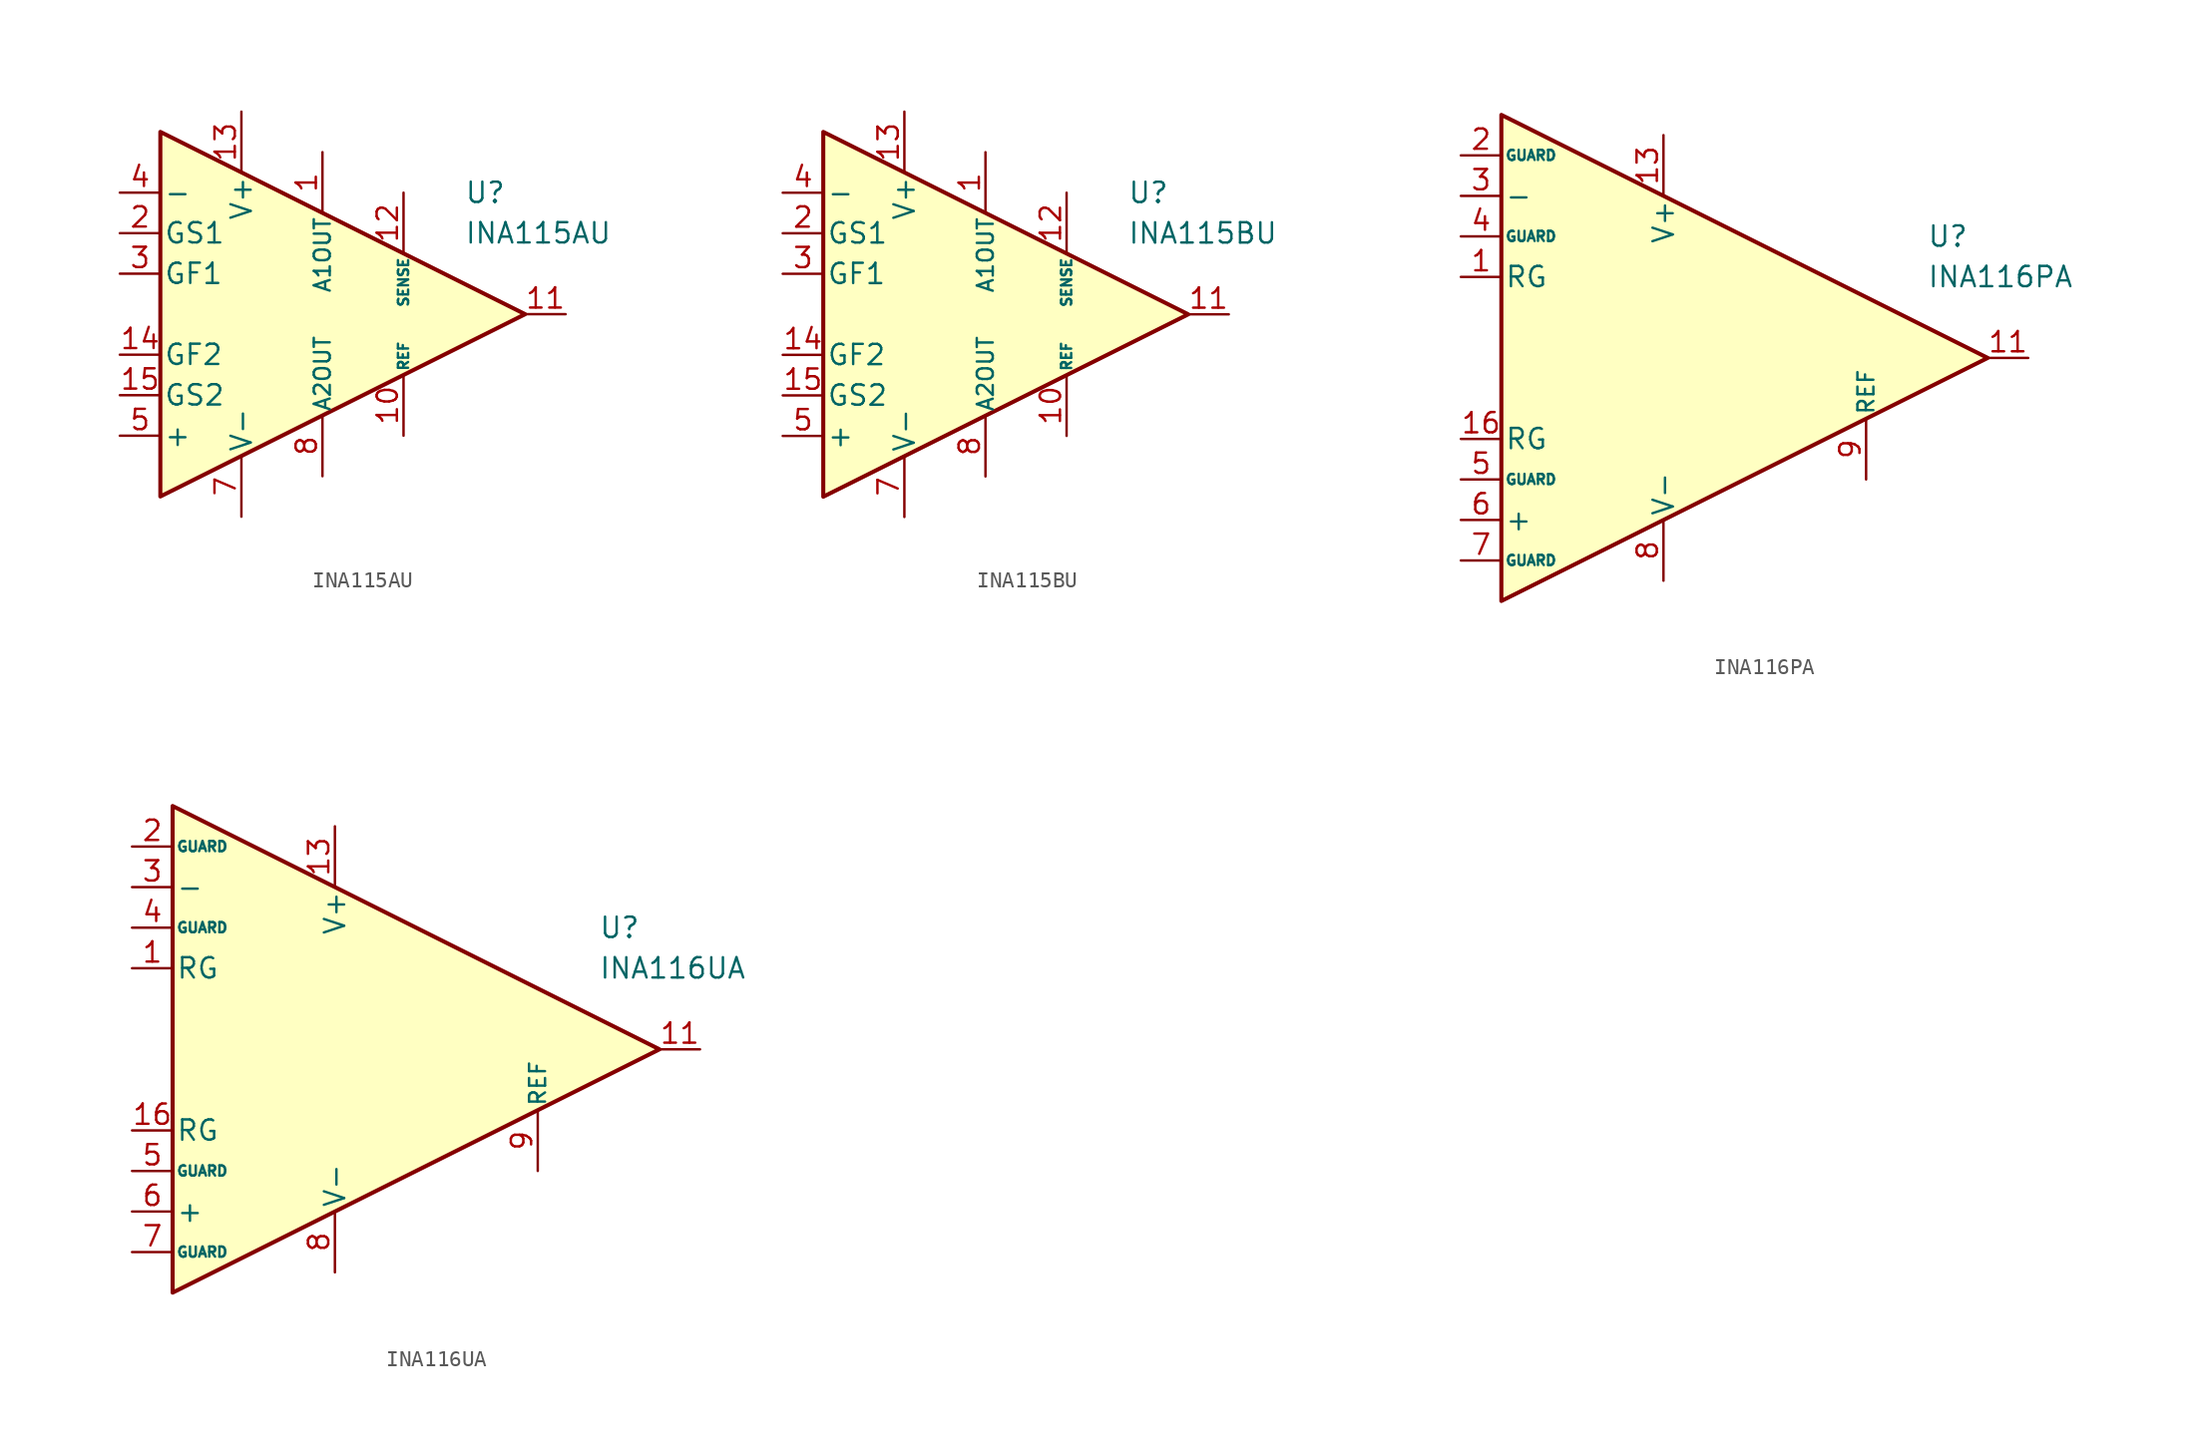
<source format=kicad_sym>
(kicad_symbol_lib
  (version 20231120)
  (generator "kicad_symbol_editor")
  (generator_version "8.0")
  (symbol "INA115AU"
    (pin_names
      (offset 0.2))
    (property "Reference" "U"
      (at 10.16 7.62 0)
      (effects (font (size 1.27 1.27)) (justify left)))
    (property "Value" "INA115AU"
      (at 10.16 5.08 0)
      (effects (font (size 1.27 1.27)) (justify left)))
    (symbol "INA115AU_0_1"
      (polyline (pts (xy -8.89 11.43) (xy -8.89 -11.43) (xy 13.97 0) (xy -8.89 11.43)) (stroke (width 0.254) (type default)) (fill (type background))))
    (symbol "INA115AU_1_1"
      (pin passive line (at 1.27 10.16 270) (length 3.81) (name "A1OUT" (effects (font (size 1 1)))) (number "1" (effects (font (size 1.27 1.27)))))
      (pin input line (at 6.35 -7.62 90) (length 3.81) (name "REF" (effects (font (size 0.635 0.635)))) (number "10" (effects (font (size 1.27 1.27)))))
      (pin output line (at 16.51 0 180) (length 2.54) (name "~" (effects (font (size 1.27 1.27)))) (number "11" (effects (font (size 1.27 1.27)))))
      (pin input line (at 6.35 7.62 270) (length 3.81) (name "SENSE" (effects (font (size 0.635 0.635)))) (number "12" (effects (font (size 1.27 1.27)))))
      (pin power_in line (at -3.81 12.7 270) (length 3.81) (name "V+" (effects (font (size 1.27 1.27)))) (number "13" (effects (font (size 1.27 1.27)))))
      (pin passive line (at -11.43 -2.54 0) (length 2.54) (name "GF2" (effects (font (size 1.27 1.27)))) (number "14" (effects (font (size 1.27 1.27)))))
      (pin passive line (at -11.43 -5.08 0) (length 2.54) (name "GS2" (effects (font (size 1.27 1.27)))) (number "15" (effects (font (size 1.27 1.27)))))
      (pin free line (at -3.81 -2.54 0) (length 2.54) hide (name "NC" (effects (font (size 1.27 1.27)))) (number "16" (effects (font (size 1.27 1.27)))))
      (pin passive line (at -11.43 5.08 0) (length 2.54) (name "GS1" (effects (font (size 1.27 1.27)))) (number "2" (effects (font (size 1.27 1.27)))))
      (pin passive line (at -11.43 2.54 0) (length 2.54) (name "GF1" (effects (font (size 1.27 1.27)))) (number "3" (effects (font (size 1.27 1.27)))))
      (pin input line (at -11.43 7.62 0) (length 2.54) (name "-" (effects (font (size 1.27 1.27)))) (number "4" (effects (font (size 1.27 1.27)))))
      (pin input line (at -11.43 -7.62 0) (length 2.54) (name "+" (effects (font (size 1.27 1.27)))) (number "5" (effects (font (size 1.27 1.27)))))
      (pin free line (at -3.81 2.54 0) (length 2.54) hide (name "NC" (effects (font (size 1.27 1.27)))) (number "6" (effects (font (size 1.27 1.27)))))
      (pin power_in line (at -3.81 -12.7 90) (length 3.81) (name "V-" (effects (font (size 1.27 1.27)))) (number "7" (effects (font (size 1.27 1.27)))))
      (pin passive line (at 1.27 -10.16 90) (length 3.81) (name "A2OUT" (effects (font (size 1 1)))) (number "8" (effects (font (size 1.27 1.27)))))
      (pin free line (at -3.81 0 0) (length 2.54) hide (name "NC" (effects (font (size 1.27 1.27)))) (number "9" (effects (font (size 1.27 1.27)))))))
  (symbol "INA115BU"
    (pin_names
      (offset 0.2))
    (property "Reference" "U"
      (at 10.16 7.62 0)
      (effects (font (size 1.27 1.27)) (justify left)))
    (property "Value" "INA115BU"
      (at 10.16 5.08 0)
      (effects (font (size 1.27 1.27)) (justify left)))
    (symbol "INA115BU_0_1"
      (polyline (pts (xy -8.89 11.43) (xy -8.89 -11.43) (xy 13.97 0) (xy -8.89 11.43)) (stroke (width 0.254) (type default)) (fill (type background))))
    (symbol "INA115BU_1_1"
      (pin passive line (at 1.27 10.16 270) (length 3.81) (name "A1OUT" (effects (font (size 1 1)))) (number "1" (effects (font (size 1.27 1.27)))))
      (pin input line (at 6.35 -7.62 90) (length 3.81) (name "REF" (effects (font (size 0.635 0.635)))) (number "10" (effects (font (size 1.27 1.27)))))
      (pin output line (at 16.51 0 180) (length 2.54) (name "~" (effects (font (size 1.27 1.27)))) (number "11" (effects (font (size 1.27 1.27)))))
      (pin input line (at 6.35 7.62 270) (length 3.81) (name "SENSE" (effects (font (size 0.635 0.635)))) (number "12" (effects (font (size 1.27 1.27)))))
      (pin power_in line (at -3.81 12.7 270) (length 3.81) (name "V+" (effects (font (size 1.27 1.27)))) (number "13" (effects (font (size 1.27 1.27)))))
      (pin passive line (at -11.43 -2.54 0) (length 2.54) (name "GF2" (effects (font (size 1.27 1.27)))) (number "14" (effects (font (size 1.27 1.27)))))
      (pin passive line (at -11.43 -5.08 0) (length 2.54) (name "GS2" (effects (font (size 1.27 1.27)))) (number "15" (effects (font (size 1.27 1.27)))))
      (pin free line (at -3.81 -2.54 0) (length 2.54) hide (name "NC" (effects (font (size 1.27 1.27)))) (number "16" (effects (font (size 1.27 1.27)))))
      (pin passive line (at -11.43 5.08 0) (length 2.54) (name "GS1" (effects (font (size 1.27 1.27)))) (number "2" (effects (font (size 1.27 1.27)))))
      (pin passive line (at -11.43 2.54 0) (length 2.54) (name "GF1" (effects (font (size 1.27 1.27)))) (number "3" (effects (font (size 1.27 1.27)))))
      (pin input line (at -11.43 7.62 0) (length 2.54) (name "-" (effects (font (size 1.27 1.27)))) (number "4" (effects (font (size 1.27 1.27)))))
      (pin input line (at -11.43 -7.62 0) (length 2.54) (name "+" (effects (font (size 1.27 1.27)))) (number "5" (effects (font (size 1.27 1.27)))))
      (pin free line (at -3.81 2.54 0) (length 2.54) hide (name "NC" (effects (font (size 1.27 1.27)))) (number "6" (effects (font (size 1.27 1.27)))))
      (pin power_in line (at -3.81 -12.7 90) (length 3.81) (name "V-" (effects (font (size 1.27 1.27)))) (number "7" (effects (font (size 1.27 1.27)))))
      (pin passive line (at 1.27 -10.16 90) (length 3.81) (name "A2OUT" (effects (font (size 1 1)))) (number "8" (effects (font (size 1.27 1.27)))))
      (pin free line (at -3.81 0 0) (length 2.54) hide (name "NC" (effects (font (size 1.27 1.27)))) (number "9" (effects (font (size 1.27 1.27)))))))
  (symbol "INA116PA"
    (pin_names
      (offset 0.2))
    (property "Reference" "U"
      (at 17.78 7.62 0)
      (effects (font (size 1.27 1.27)) (justify left)))
    (property "Value" "INA116PA"
      (at 17.78 5.08 0)
      (effects (font (size 1.27 1.27)) (justify left)))
    (symbol "INA116PA_0_1"
      (polyline (pts (xy -8.89 15.24) (xy -8.89 -15.24) (xy 21.59 0) (xy -8.89 15.24)) (stroke (width 0.254) (type default)) (fill (type background))))
    (symbol "INA116PA_1_1"
      (pin passive line (at -11.43 5.08 0) (length 2.54) (name "RG" (effects (font (size 1.27 1.27)))) (number "1" (effects (font (size 1.27 1.27)))))
      (pin free line (at 2.54 3.81 0) (length 2.54) hide (name "NC" (effects (font (size 1.27 1.27)))) (number "10" (effects (font (size 1.27 1.27)))))
      (pin output line (at 24.13 0 180) (length 2.54) (name "~" (effects (font (size 1.27 1.27)))) (number "11" (effects (font (size 1.27 1.27)))))
      (pin free line (at 2.54 1.27 0) (length 2.54) hide (name "NC" (effects (font (size 1.27 1.27)))) (number "12" (effects (font (size 1.27 1.27)))))
      (pin power_in line (at 1.27 13.97 270) (length 3.81) (name "V+" (effects (font (size 1.27 1.27)))) (number "13" (effects (font (size 1.27 1.27)))))
      (pin free line (at 2.54 -1.27 0) (length 2.54) hide (name "NC" (effects (font (size 1.27 1.27)))) (number "14" (effects (font (size 1.27 1.27)))))
      (pin free line (at 2.54 -3.81 0) (length 2.54) hide (name "NC" (effects (font (size 1.27 1.27)))) (number "15" (effects (font (size 1.27 1.27)))))
      (pin passive line (at -11.43 -5.08 0) (length 2.54) (name "RG" (effects (font (size 1.27 1.27)))) (number "16" (effects (font (size 1.27 1.27)))))
      (pin passive line (at -11.43 12.7 0) (length 2.54) (name "GUARD" (effects (font (size 0.635 0.635)))) (number "2" (effects (font (size 1.27 1.27)))))
      (pin input line (at -11.43 10.16 0) (length 2.54) (name "-" (effects (font (size 1.27 1.27)))) (number "3" (effects (font (size 1.27 1.27)))))
      (pin passive line (at -11.43 7.62 0) (length 2.54) (name "GUARD" (effects (font (size 0.635 0.635)))) (number "4" (effects (font (size 1.27 1.27)))))
      (pin passive line (at -11.43 -7.62 0) (length 2.54) (name "GUARD" (effects (font (size 0.635 0.635)))) (number "5" (effects (font (size 1.27 1.27)))))
      (pin input line (at -11.43 -10.16 0) (length 2.54) (name "+" (effects (font (size 1.27 1.27)))) (number "6" (effects (font (size 1.27 1.27)))))
      (pin passive line (at -11.43 -12.7 0) (length 2.54) (name "GUARD" (effects (font (size 0.635 0.635)))) (number "7" (effects (font (size 1.27 1.27)))))
      (pin power_in line (at 1.27 -13.97 90) (length 3.81) (name "V-" (effects (font (size 1.27 1.27)))) (number "8" (effects (font (size 1.27 1.27)))))
      (pin input line (at 13.97 -7.62 90) (length 3.81) (name "REF" (effects (font (size 1 1)))) (number "9" (effects (font (size 1.27 1.27)))))))
  (symbol "INA116UA"
    (pin_names
      (offset 0.2))
    (property "Reference" "U"
      (at 17.78 7.62 0)
      (effects (font (size 1.27 1.27)) (justify left)))
    (property "Value" "INA116UA"
      (at 17.78 5.08 0)
      (effects (font (size 1.27 1.27)) (justify left)))
    (symbol "INA116UA_0_1"
      (polyline (pts (xy -8.89 15.24) (xy -8.89 -15.24) (xy 21.59 0) (xy -8.89 15.24)) (stroke (width 0.254) (type default)) (fill (type background))))
    (symbol "INA116UA_1_1"
      (pin passive line (at -11.43 5.08 0) (length 2.54) (name "RG" (effects (font (size 1.27 1.27)))) (number "1" (effects (font (size 1.27 1.27)))))
      (pin free line (at 2.54 3.81 0) (length 2.54) hide (name "NC" (effects (font (size 1.27 1.27)))) (number "10" (effects (font (size 1.27 1.27)))))
      (pin output line (at 24.13 0 180) (length 2.54) (name "~" (effects (font (size 1.27 1.27)))) (number "11" (effects (font (size 1.27 1.27)))))
      (pin free line (at 2.54 1.27 0) (length 2.54) hide (name "NC" (effects (font (size 1.27 1.27)))) (number "12" (effects (font (size 1.27 1.27)))))
      (pin power_in line (at 1.27 13.97 270) (length 3.81) (name "V+" (effects (font (size 1.27 1.27)))) (number "13" (effects (font (size 1.27 1.27)))))
      (pin free line (at 2.54 -1.27 0) (length 2.54) hide (name "NC" (effects (font (size 1.27 1.27)))) (number "14" (effects (font (size 1.27 1.27)))))
      (pin free line (at 2.54 -3.81 0) (length 2.54) hide (name "NC" (effects (font (size 1.27 1.27)))) (number "15" (effects (font (size 1.27 1.27)))))
      (pin passive line (at -11.43 -5.08 0) (length 2.54) (name "RG" (effects (font (size 1.27 1.27)))) (number "16" (effects (font (size 1.27 1.27)))))
      (pin passive line (at -11.43 12.7 0) (length 2.54) (name "GUARD" (effects (font (size 0.635 0.635)))) (number "2" (effects (font (size 1.27 1.27)))))
      (pin input line (at -11.43 10.16 0) (length 2.54) (name "-" (effects (font (size 1.27 1.27)))) (number "3" (effects (font (size 1.27 1.27)))))
      (pin passive line (at -11.43 7.62 0) (length 2.54) (name "GUARD" (effects (font (size 0.635 0.635)))) (number "4" (effects (font (size 1.27 1.27)))))
      (pin passive line (at -11.43 -7.62 0) (length 2.54) (name "GUARD" (effects (font (size 0.635 0.635)))) (number "5" (effects (font (size 1.27 1.27)))))
      (pin input line (at -11.43 -10.16 0) (length 2.54) (name "+" (effects (font (size 1.27 1.27)))) (number "6" (effects (font (size 1.27 1.27)))))
      (pin passive line (at -11.43 -12.7 0) (length 2.54) (name "GUARD" (effects (font (size 0.635 0.635)))) (number "7" (effects (font (size 1.27 1.27)))))
      (pin power_in line (at 1.27 -13.97 90) (length 3.81) (name "V-" (effects (font (size 1.27 1.27)))) (number "8" (effects (font (size 1.27 1.27)))))
      (pin input line (at 13.97 -7.62 90) (length 3.81) (name "REF" (effects (font (size 1 1)))) (number "9" (effects (font (size 1.27 1.27))))))))
</source>
